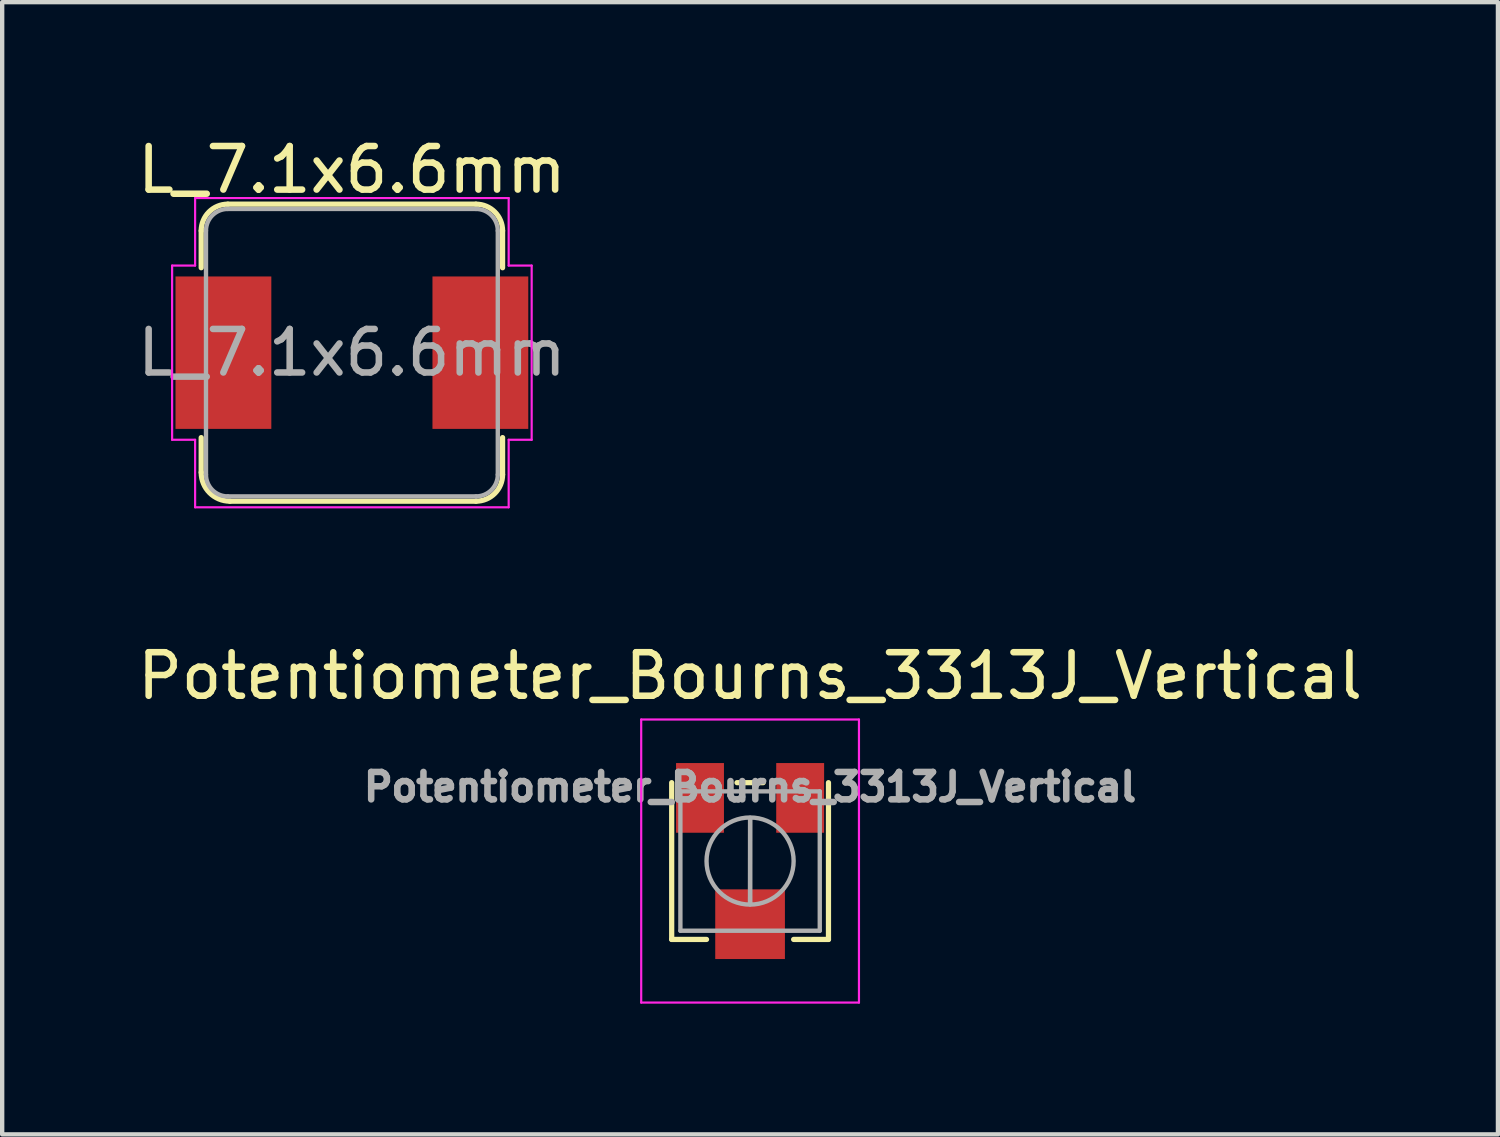
<source format=kicad_pcb>
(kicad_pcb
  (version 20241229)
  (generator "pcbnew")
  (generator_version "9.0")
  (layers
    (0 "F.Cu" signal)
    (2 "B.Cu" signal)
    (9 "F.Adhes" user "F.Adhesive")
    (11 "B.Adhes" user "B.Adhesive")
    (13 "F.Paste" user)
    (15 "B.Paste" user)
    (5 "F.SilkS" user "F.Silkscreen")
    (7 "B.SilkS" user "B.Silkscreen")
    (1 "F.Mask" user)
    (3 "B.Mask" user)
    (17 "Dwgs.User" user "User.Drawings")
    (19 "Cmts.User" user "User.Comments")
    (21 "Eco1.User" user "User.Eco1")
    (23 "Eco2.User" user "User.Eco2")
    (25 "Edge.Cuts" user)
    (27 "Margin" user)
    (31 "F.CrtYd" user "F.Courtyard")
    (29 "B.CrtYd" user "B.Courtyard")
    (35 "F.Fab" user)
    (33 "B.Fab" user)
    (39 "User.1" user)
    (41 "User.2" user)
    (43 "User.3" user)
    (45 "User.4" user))
  (footprint "Potentiometer_Bourns_3313J_Vertical"
    (layer "F.Cu")
    (at 14.173 16.721)
    (property "Reference" "Potentiometer_Bourns_3313J_Vertical" (at 0 -4.25 0) (layer "F.SilkS") (effects (font (size 1 1) (thickness 0.15))))
    (attr smd)
    (fp_line (start -1.8 -1.8) (end -1.8 1.8) (stroke (width 0.12) (type solid)) (layer "F.SilkS"))
    (fp_line (start -1.8 1.8) (end -1 1.8) (stroke (width 0.12) (type solid)) (layer "F.SilkS"))
    (fp_line (start -0.3 -1.8) (end 0.3 -1.8) (stroke (width 0.12) (type solid)) (layer "F.SilkS"))
    (fp_line (start 1 1.8) (end 1.8 1.8) (stroke (width 0.12) (type solid)) (layer "F.SilkS"))
    (fp_line (start 1.8 -1.8) (end 1.8 1.8) (stroke (width 0.12) (type solid)) (layer "F.SilkS"))
    (fp_line (start -2.5 -3.25) (end -2.5 3.25) (stroke (width 0.05) (type solid)) (layer "F.CrtYd"))
    (fp_line (start -2.5 3.25) (end 2.5 3.25) (stroke (width 0.05) (type solid)) (layer "F.CrtYd"))
    (fp_line (start 2.5 -3.25) (end -2.5 -3.25) (stroke (width 0.05) (type solid)) (layer "F.CrtYd"))
    (fp_line (start 2.5 3.25) (end 2.5 -3.25) (stroke (width 0.05) (type solid)) (layer "F.CrtYd"))
    (fp_line (start -1.6 -1.6) (end -1.6 1.6) (stroke (width 0.1) (type solid)) (layer "F.Fab"))
    (fp_line (start -1.6 1.6) (end 1.6 1.6) (stroke (width 0.1) (type solid)) (layer "F.Fab"))
    (fp_line (start 0 0.99) (end 0.001 -0.989) (stroke (width 0.1) (type solid)) (layer "F.Fab"))
    (fp_line (start 0 0.99) (end 0.001 -0.989) (stroke (width 0.1) (type solid)) (layer "F.Fab"))
    (fp_line (start 1.6 -1.6) (end -1.6 -1.6) (stroke (width 0.1) (type solid)) (layer "F.Fab"))
    (fp_line (start 1.6 1.6) (end 1.6 -1.6) (stroke (width 0.1) (type solid)) (layer "F.Fab"))
    (fp_circle (center 0 0) (end 1 0) (stroke (width 0.1) (type solid)) (fill no) (layer "F.Fab"))
    (fp_text user "${REFERENCE}" (at 0 -1.7 0) (layer "F.Fab") (effects (font (size 0.63 0.63) (thickness 0.15))))
    (pad "1" smd rect (at 1.15 -1.45) (size 1.1 1.6) (layers "F.Cu" "F.Mask" "F.Paste"))
    (pad "2" smd rect (at 0 1.45) (size 1.6 1.6) (layers "F.Cu" "F.Mask" "F.Paste"))
    (pad "3" smd rect (at -1.15 -1.45) (size 1.1 1.6) (layers "F.Cu" "F.Mask" "F.Paste")))
  (footprint "L_7.1x6.6mm"
    (layer "F.Cu")
    (at 5.03 5.048)
    (property "Reference" "L_7.1x6.6mm" (at 0 -4.2 0) (layer "F.SilkS") (effects (font (size 1 1) (thickness 0.15))))
    (attr smd)
    (fp_line (start -3.46 -1.95) (end -3.46 -2.8) (stroke (width 0.12) (type solid)) (layer "F.SilkS"))
    (fp_line (start -3.46 2.75) (end -3.46 1.95) (stroke (width 0.12) (type solid)) (layer "F.SilkS"))
    (fp_line (start -2.85 -3.41) (end 2.85 -3.41) (stroke (width 0.12) (type solid)) (layer "F.SilkS"))
    (fp_line (start 2.85 3.41) (end -2.8 3.41) (stroke (width 0.12) (type solid)) (layer "F.SilkS"))
    (fp_line (start 3.46 -2.8) (end 3.46 -1.95) (stroke (width 0.12) (type solid)) (layer "F.SilkS"))
    (fp_line (start 3.46 1.95) (end 3.46 2.8) (stroke (width 0.12) (type solid)) (layer "F.SilkS"))
    (fp_arc (start -3.46 -2.8) (mid -3.281335 -3.231335) (end -2.85 -3.41) (stroke (width 0.12) (type solid)) (layer "F.SilkS"))
    (fp_arc (start -2.8 3.41) (mid -3.26669 3.21669) (end -3.46 2.75) (stroke (width 0.12) (type solid)) (layer "F.SilkS"))
    (fp_arc (start 2.85 -3.41) (mid 3.281335 -3.231335) (end 3.46 -2.8) (stroke (width 0.12) (type solid)) (layer "F.SilkS"))
    (fp_arc (start 3.46 2.8) (mid 3.281335 3.231335) (end 2.85 3.41) (stroke (width 0.12) (type solid)) (layer "F.SilkS"))
    (fp_line (start -4.128 -2) (end -3.6 -2) (stroke (width 0.05) (type solid)) (layer "F.CrtYd"))
    (fp_line (start -4.128 2) (end -4.128 -2) (stroke (width 0.05) (type solid)) (layer "F.CrtYd"))
    (fp_line (start -3.6 -3.55) (end 3.6 -3.55) (stroke (width 0.05) (type solid)) (layer "F.CrtYd"))
    (fp_line (start -3.6 -2) (end -3.6 -3.55) (stroke (width 0.05) (type solid)) (layer "F.CrtYd"))
    (fp_line (start -3.6 2) (end -4.128 2) (stroke (width 0.05) (type solid)) (layer "F.CrtYd"))
    (fp_line (start -3.6 3.55) (end -3.6 2) (stroke (width 0.05) (type solid)) (layer "F.CrtYd"))
    (fp_line (start 3.6 -3.55) (end 3.6 -2) (stroke (width 0.05) (type solid)) (layer "F.CrtYd"))
    (fp_line (start 3.6 -2) (end 4.128 -2) (stroke (width 0.05) (type solid)) (layer "F.CrtYd"))
    (fp_line (start 3.6 2) (end 3.6 3.55) (stroke (width 0.05) (type solid)) (layer "F.CrtYd"))
    (fp_line (start 3.6 3.55) (end -3.6 3.55) (stroke (width 0.05) (type solid)) (layer "F.CrtYd"))
    (fp_line (start 4.128 -2) (end 4.128 2) (stroke (width 0.05) (type solid)) (layer "F.CrtYd"))
    (fp_line (start 4.128 2) (end 3.6 2) (stroke (width 0.05) (type solid)) (layer "F.CrtYd"))
    (fp_line (start -3.35 2.8) (end -3.35 -2.8) (stroke (width 0.1) (type solid)) (layer "F.Fab"))
    (fp_line (start -2.85 -3.3) (end 2.85 -3.3) (stroke (width 0.1) (type solid)) (layer "F.Fab"))
    (fp_line (start 2.85 3.3) (end -2.85 3.3) (stroke (width 0.1) (type solid)) (layer "F.Fab"))
    (fp_line (start 3.35 -2.8) (end 3.35 2.8) (stroke (width 0.1) (type solid)) (layer "F.Fab"))
    (fp_arc (start -3.35 -2.8) (mid -3.203553 -3.153553) (end -2.85 -3.3) (stroke (width 0.1) (type solid)) (layer "F.Fab"))
    (fp_arc (start -2.85 3.3) (mid -3.203553 3.153553) (end -3.35 2.8) (stroke (width 0.1) (type solid)) (layer "F.Fab"))
    (fp_arc (start 2.85 -3.3) (mid 3.203553 -3.153553) (end 3.35 -2.8) (stroke (width 0.1) (type solid)) (layer "F.Fab"))
    (fp_arc (start 3.35 2.8) (mid 3.203553 3.153553) (end 2.85 3.3) (stroke (width 0.1) (type solid)) (layer "F.Fab"))
    (fp_text user "${REFERENCE}" (at 0 0 0) (layer "F.Fab") (effects (font (size 1 1) (thickness 0.15))))
    (pad "1" smd rect (at -2.95 0) (size 2.2 3.5) (layers "F.Cu" "F.Mask" "F.Paste"))
    (pad "2" smd rect (at 2.95 0) (size 2.2 3.5) (layers "F.Cu" "F.Mask" "F.Paste")))
  (gr_rect
    (start -3 -3)
    (end 31.345 22.997)
    (stroke (width 0.1) (type default))
    (fill no)
    (layer "Edge.Cuts")))
</source>
